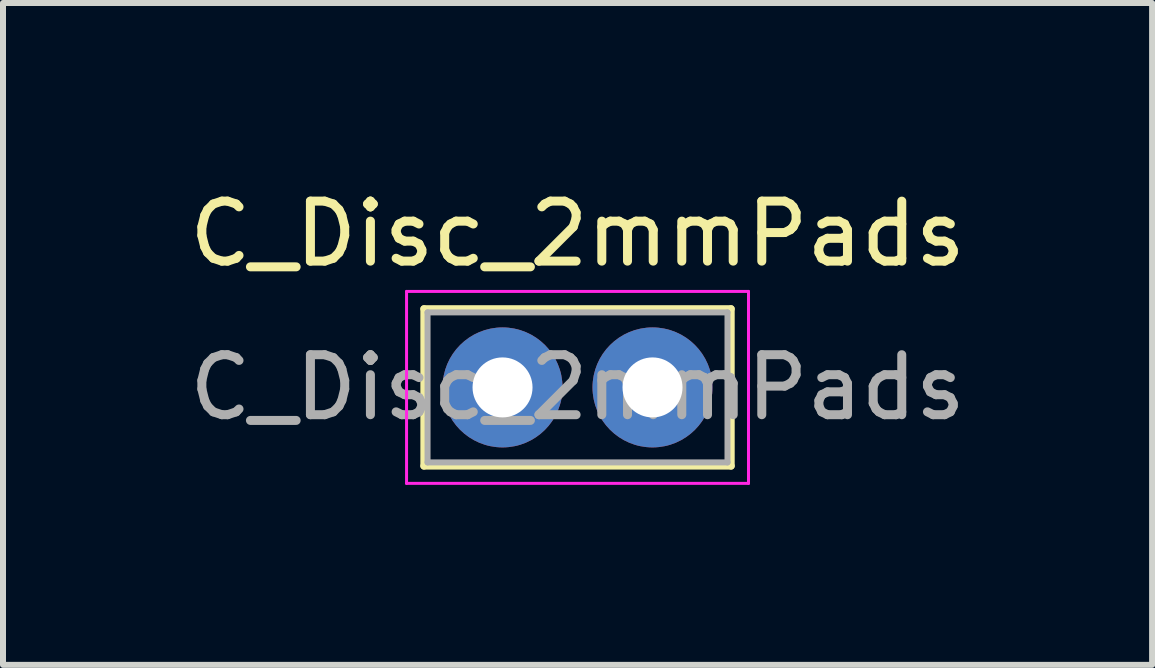
<source format=kicad_pcb>
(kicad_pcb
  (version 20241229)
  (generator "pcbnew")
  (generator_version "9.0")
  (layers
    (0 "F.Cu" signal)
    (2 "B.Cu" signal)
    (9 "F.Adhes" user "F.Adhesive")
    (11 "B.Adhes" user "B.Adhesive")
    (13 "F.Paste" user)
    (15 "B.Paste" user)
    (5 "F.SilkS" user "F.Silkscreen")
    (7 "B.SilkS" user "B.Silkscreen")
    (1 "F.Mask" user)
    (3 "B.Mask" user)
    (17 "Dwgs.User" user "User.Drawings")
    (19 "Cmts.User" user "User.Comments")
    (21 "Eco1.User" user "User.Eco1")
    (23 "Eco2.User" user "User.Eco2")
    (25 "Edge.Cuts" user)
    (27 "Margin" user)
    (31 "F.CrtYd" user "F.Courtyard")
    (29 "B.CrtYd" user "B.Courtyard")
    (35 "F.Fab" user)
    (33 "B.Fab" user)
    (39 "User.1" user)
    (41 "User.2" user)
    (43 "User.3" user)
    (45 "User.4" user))
  (footprint "C_Disc_2mmPads"
    (layer "F.Cu")
    (at 5.327 3.408)
    (property "Reference" "C_Disc_2mmPads" (at 1.25 -2.56 0) (layer "F.SilkS") (effects (font (size 1 1) (thickness 0.15))))
    (attr through_hole)
    (fp_line (start -1.31 -1.31) (end -1.31 1.31) (stroke (width 0.12) (type solid)) (layer "F.SilkS"))
    (fp_line (start -1.31 -1.31) (end 3.81 -1.31) (stroke (width 0.12) (type solid)) (layer "F.SilkS"))
    (fp_line (start -1.31 1.31) (end 3.81 1.31) (stroke (width 0.12) (type solid)) (layer "F.SilkS"))
    (fp_line (start 3.81 -1.31) (end 3.81 1.31) (stroke (width 0.12) (type solid)) (layer "F.SilkS"))
    (fp_line (start -1.6 -1.6) (end -1.6 1.6) (stroke (width 0.05) (type solid)) (layer "F.CrtYd"))
    (fp_line (start -1.6 1.6) (end 4.1 1.6) (stroke (width 0.05) (type solid)) (layer "F.CrtYd"))
    (fp_line (start 4.1 -1.6) (end -1.6 -1.6) (stroke (width 0.05) (type solid)) (layer "F.CrtYd"))
    (fp_line (start 4.1 1.6) (end 4.1 -1.6) (stroke (width 0.05) (type solid)) (layer "F.CrtYd"))
    (fp_line (start -1.25 -1.25) (end -1.25 1.25) (stroke (width 0.1) (type solid)) (layer "F.Fab"))
    (fp_line (start -1.25 1.25) (end 3.75 1.25) (stroke (width 0.1) (type solid)) (layer "F.Fab"))
    (fp_line (start 3.75 -1.25) (end -1.25 -1.25) (stroke (width 0.1) (type solid)) (layer "F.Fab"))
    (fp_line (start 3.75 1.25) (end 3.75 -1.25) (stroke (width 0.1) (type solid)) (layer "F.Fab"))
    (fp_text user "${REFERENCE}" (at 1.25 0 0) (layer "F.Fab") (effects (font (size 1 1) (thickness 0.15))))
    (pad "1" thru_hole circle (at 0 0) (size 2 2) (drill 1) (layers "*.Cu" "*.Mask"))
    (pad "2" thru_hole circle (at 2.5 0) (size 2 2) (drill 1) (layers "*.Cu" "*.Mask")))
  (gr_rect
    (start -3 -3)
    (end 16.155 8.033)
    (stroke (width 0.1) (type default))
    (fill no)
    (layer "Edge.Cuts")))
</source>
